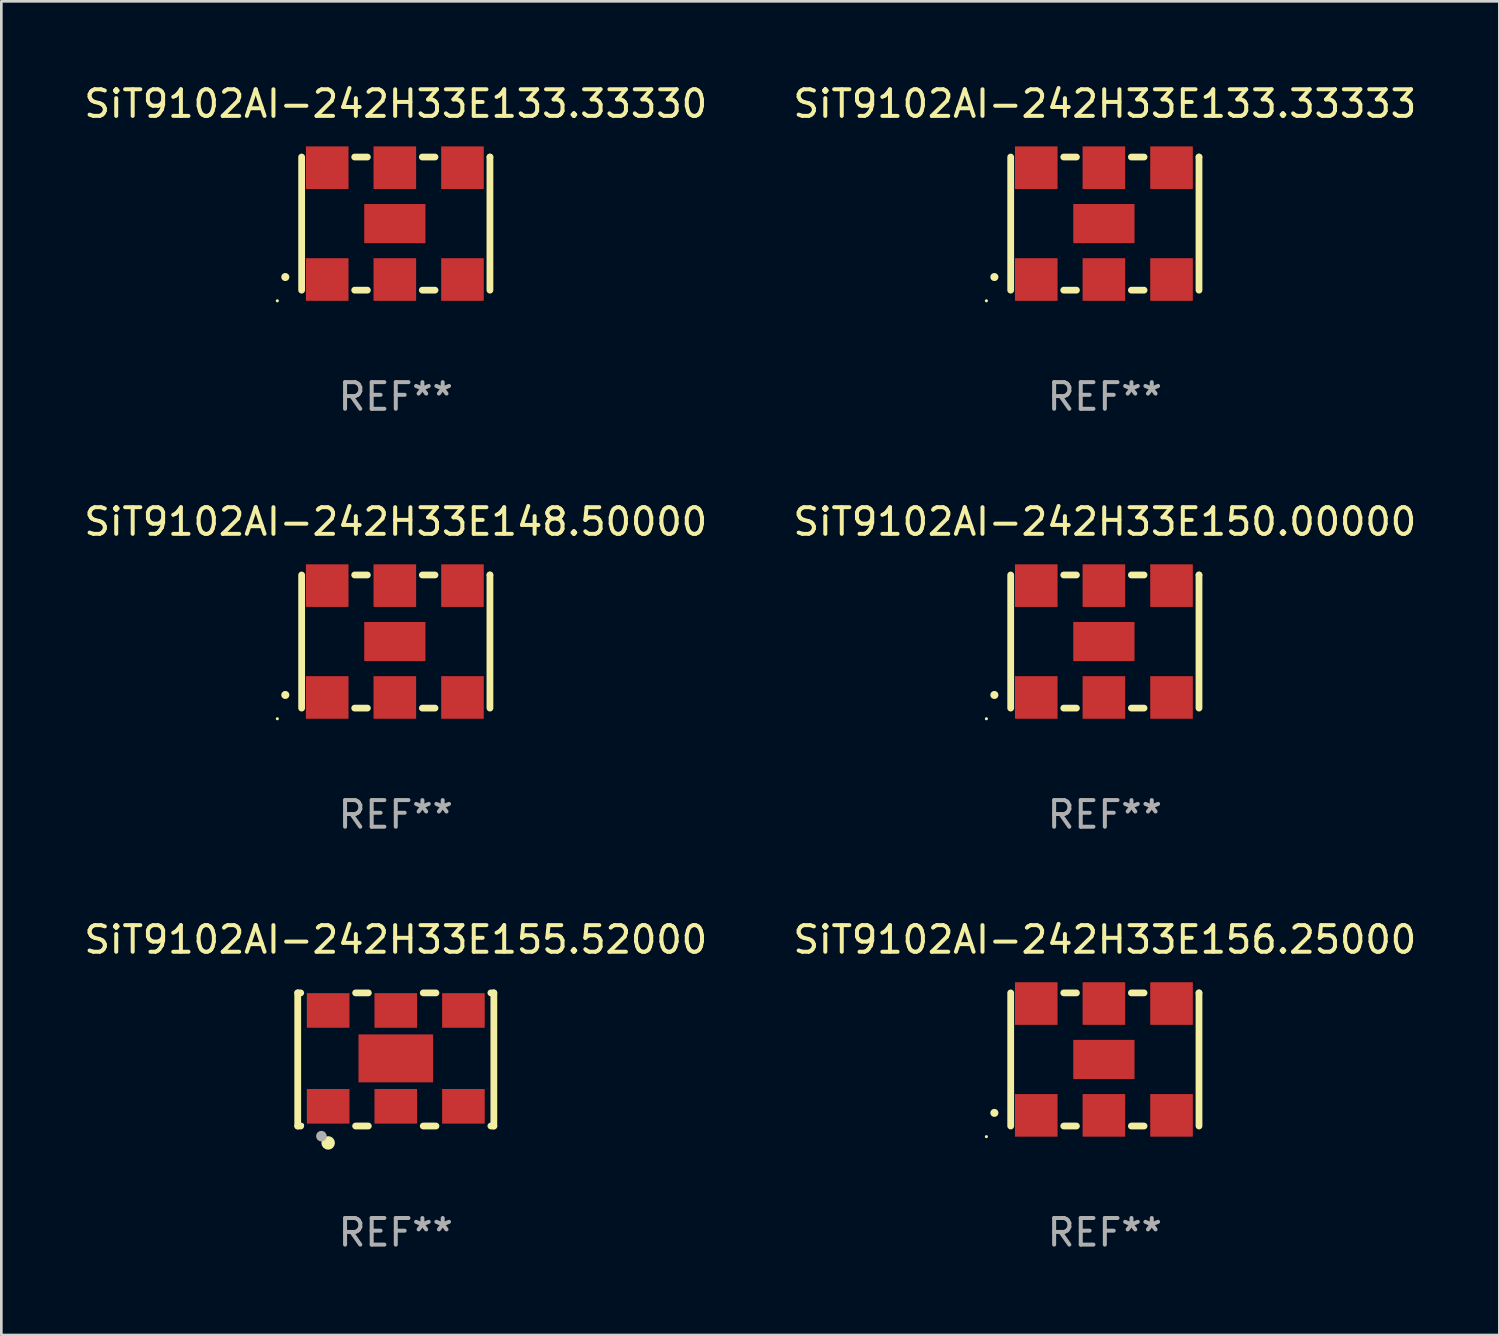
<source format=kicad_pcb>
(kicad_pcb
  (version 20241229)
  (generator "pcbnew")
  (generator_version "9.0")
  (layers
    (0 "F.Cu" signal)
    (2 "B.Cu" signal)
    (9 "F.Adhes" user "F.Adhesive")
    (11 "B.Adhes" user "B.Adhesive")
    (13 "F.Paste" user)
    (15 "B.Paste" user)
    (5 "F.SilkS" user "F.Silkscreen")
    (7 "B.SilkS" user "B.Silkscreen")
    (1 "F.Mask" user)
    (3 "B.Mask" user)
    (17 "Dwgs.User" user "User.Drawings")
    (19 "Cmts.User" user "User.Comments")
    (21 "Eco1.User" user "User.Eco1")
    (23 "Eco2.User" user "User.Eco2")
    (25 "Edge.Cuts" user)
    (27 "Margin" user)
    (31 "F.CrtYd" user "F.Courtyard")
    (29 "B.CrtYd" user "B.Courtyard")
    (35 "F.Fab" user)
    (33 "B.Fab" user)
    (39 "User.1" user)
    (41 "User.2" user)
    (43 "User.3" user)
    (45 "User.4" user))
  (footprint "SiT9102AI-242H33E150.00000"
    (layer "F.Cu")
    (at 38.446 21.045)
    (property "Reference" "SiT9102AI-242H33E150.00000" (at 0 -4.5 0) (layer "F.SilkS") (effects (font (size 1 1) (thickness 0.15))))
    (attr through_hole)
    (fp_line (start -3.536 -2.5) (end -3.536 2.5) (stroke (width 0.254) (type solid)) (layer "F.SilkS"))
    (fp_line (start -1.544 2.5) (end -1.067 2.5) (stroke (width 0.254) (type solid)) (layer "F.SilkS"))
    (fp_line (start -1.067 -2.5) (end -1.544 -2.5) (stroke (width 0.254) (type solid)) (layer "F.SilkS"))
    (fp_line (start 0.996 2.5) (end 1.473 2.5) (stroke (width 0.254) (type solid)) (layer "F.SilkS"))
    (fp_line (start 1.473 -2.5) (end 0.996 -2.5) (stroke (width 0.254) (type solid)) (layer "F.SilkS"))
    (fp_line (start 3.536 -2.5) (end 3.536 -2.5) (stroke (width 0.254) (type solid)) (layer "F.SilkS"))
    (fp_line (start 3.536 2.5) (end 3.536 -2.5) (stroke (width 0.254) (type solid)) (layer "F.SilkS"))
    (fp_arc (start -4.150432 2.006604) (mid -4.149162 2.006599) (end -4.147892 2.006604) (stroke (width 0.3) (type solid)) (layer "F.SilkS"))
    (fp_circle (center -4.449 2.9) (end -4.419 2.9) (stroke (width 0.06) (type solid)) (fill no) (layer "F.SilkS"))
    (fp_text user "REF**" (at 0 6.5 0) (layer "F.Fab") (effects (font (size 1 1) (thickness 0.15))))
    (pad "1" smd rect (at -2.576 2.1) (size 1.6 1.6) (layers "F.Cu" "F.Mask" "F.Paste"))
    (pad "2" smd rect (at -0.036 2.1) (size 1.6 1.6) (layers "F.Cu" "F.Mask" "F.Paste"))
    (pad "3" smd rect (at 2.504 2.1) (size 1.6 1.6) (layers "F.Cu" "F.Mask" "F.Paste"))
    (pad "4" smd rect (at 2.504 -2.1) (size 1.6 1.6) (layers "F.Cu" "F.Mask" "F.Paste"))
    (pad "5" smd rect (at -0.036 -2.1) (size 1.6 1.6) (layers "F.Cu" "F.Mask" "F.Paste"))
    (pad "6" smd rect (at -2.576 -2.1) (size 1.6 1.6) (layers "F.Cu" "F.Mask" "F.Paste"))
    (pad "7" smd rect (at -0.036 0) (size 2.3 1.47) (layers "F.Cu" "F.Mask" "F.Paste")))
  (footprint "SiT9102AI-242H33E155.52000"
    (layer "F.Cu")
    (at 11.815 36.741)
    (property "Reference" "SiT9102AI-242H33E155.52000" (at 0 -4.5 0) (layer "F.SilkS") (effects (font (size 1 1) (thickness 0.15))))
    (attr through_hole)
    (fp_line (start -3.683 -2.5) (end -3.571 -2.5) (stroke (width 0.254) (type solid)) (layer "F.SilkS"))
    (fp_line (start -3.683 2.5) (end -3.683 -2.5) (stroke (width 0.254) (type solid)) (layer "F.SilkS"))
    (fp_line (start -3.683 2.5) (end -3.571 2.5) (stroke (width 0.254) (type solid)) (layer "F.SilkS"))
    (fp_line (start -1.509 -2.5) (end -1.031 -2.5) (stroke (width 0.254) (type solid)) (layer "F.SilkS"))
    (fp_line (start -1.509 2.5) (end -1.031 2.5) (stroke (width 0.254) (type solid)) (layer "F.SilkS"))
    (fp_line (start 1.031 -2.5) (end 1.509 -2.5) (stroke (width 0.254) (type solid)) (layer "F.SilkS"))
    (fp_line (start 1.031 2.5) (end 1.509 2.5) (stroke (width 0.254) (type solid)) (layer "F.SilkS"))
    (fp_line (start 3.571 -2.5) (end 3.683 -2.5) (stroke (width 0.254) (type solid)) (layer "F.SilkS"))
    (fp_line (start 3.571 2.5) (end 3.683 2.5) (stroke (width 0.254) (type solid)) (layer "F.SilkS"))
    (fp_line (start 3.683 2.5) (end 3.683 -2.5) (stroke (width 0.254) (type solid)) (layer "F.SilkS"))
    (fp_circle (center -3.5 2.46) (end -3.47 2.46) (stroke (width 0.06) (type solid)) (fill no) (layer "F.SilkS"))
    (fp_circle (center -2.54 3.135) (end -2.413 3.135) (stroke (width 0.254) (type solid)) (fill no) (layer "F.SilkS"))
    (fp_circle (center -2.794 2.881) (end -2.694 2.881) (stroke (width 0.2) (type solid)) (fill no) (layer "F.Fab"))
    (fp_text user "REF**" (at 0 6.5 0) (layer "F.Fab") (effects (font (size 1 1) (thickness 0.15))))
    (pad "1" smd rect (at -2.54 1.76) (size 1.6 1.3) (layers "F.Cu" "F.Mask" "F.Paste"))
    (pad "2" smd rect (at 0 1.76) (size 1.6 1.3) (layers "F.Cu" "F.Mask" "F.Paste"))
    (pad "3" smd rect (at 2.54 1.76) (size 1.6 1.3) (layers "F.Cu" "F.Mask" "F.Paste"))
    (pad "4" smd rect (at 2.54 -1.84) (size 1.6 1.3) (layers "F.Cu" "F.Mask" "F.Paste"))
    (pad "5" smd rect (at 0 -1.84) (size 1.6 1.3) (layers "F.Cu" "F.Mask" "F.Paste"))
    (pad "6" smd rect (at -2.54 -1.84) (size 1.6 1.3) (layers "F.Cu" "F.Mask" "F.Paste"))
    (pad "7" smd rect (at 0 -0.04) (size 2.8 1.8) (layers "F.Cu" "F.Mask" "F.Paste")))
  (footprint "SiT9102AI-242H33E133.33333"
    (layer "F.Cu")
    (at 38.446 5.348)
    (property "Reference" "SiT9102AI-242H33E133.33333" (at 0 -4.5 0) (layer "F.SilkS") (effects (font (size 1 1) (thickness 0.15))))
    (attr through_hole)
    (fp_line (start -3.536 -2.5) (end -3.536 2.5) (stroke (width 0.254) (type solid)) (layer "F.SilkS"))
    (fp_line (start -1.544 2.5) (end -1.067 2.5) (stroke (width 0.254) (type solid)) (layer "F.SilkS"))
    (fp_line (start -1.067 -2.5) (end -1.544 -2.5) (stroke (width 0.254) (type solid)) (layer "F.SilkS"))
    (fp_line (start 0.996 2.5) (end 1.473 2.5) (stroke (width 0.254) (type solid)) (layer "F.SilkS"))
    (fp_line (start 1.473 -2.5) (end 0.996 -2.5) (stroke (width 0.254) (type solid)) (layer "F.SilkS"))
    (fp_line (start 3.536 -2.5) (end 3.536 -2.5) (stroke (width 0.254) (type solid)) (layer "F.SilkS"))
    (fp_line (start 3.536 2.5) (end 3.536 -2.5) (stroke (width 0.254) (type solid)) (layer "F.SilkS"))
    (fp_arc (start -4.150432 2.006604) (mid -4.149162 2.006599) (end -4.147892 2.006604) (stroke (width 0.3) (type solid)) (layer "F.SilkS"))
    (fp_circle (center -4.449 2.9) (end -4.419 2.9) (stroke (width 0.06) (type solid)) (fill no) (layer "F.SilkS"))
    (fp_text user "REF**" (at 0 6.5 0) (layer "F.Fab") (effects (font (size 1 1) (thickness 0.15))))
    (pad "1" smd rect (at -2.576 2.1) (size 1.6 1.6) (layers "F.Cu" "F.Mask" "F.Paste"))
    (pad "2" smd rect (at -0.036 2.1) (size 1.6 1.6) (layers "F.Cu" "F.Mask" "F.Paste"))
    (pad "3" smd rect (at 2.504 2.1) (size 1.6 1.6) (layers "F.Cu" "F.Mask" "F.Paste"))
    (pad "4" smd rect (at 2.504 -2.1) (size 1.6 1.6) (layers "F.Cu" "F.Mask" "F.Paste"))
    (pad "5" smd rect (at -0.036 -2.1) (size 1.6 1.6) (layers "F.Cu" "F.Mask" "F.Paste"))
    (pad "6" smd rect (at -2.576 -2.1) (size 1.6 1.6) (layers "F.Cu" "F.Mask" "F.Paste"))
    (pad "7" smd rect (at -0.036 0) (size 2.3 1.47) (layers "F.Cu" "F.Mask" "F.Paste")))
  (footprint "SiT9102AI-242H33E133.33330"
    (layer "F.Cu")
    (at 11.815 5.348)
    (property "Reference" "SiT9102AI-242H33E133.33330" (at 0 -4.5 0) (layer "F.SilkS") (effects (font (size 1 1) (thickness 0.15))))
    (attr through_hole)
    (fp_line (start -3.536 -2.5) (end -3.536 2.5) (stroke (width 0.254) (type solid)) (layer "F.SilkS"))
    (fp_line (start -1.544 2.5) (end -1.067 2.5) (stroke (width 0.254) (type solid)) (layer "F.SilkS"))
    (fp_line (start -1.067 -2.5) (end -1.544 -2.5) (stroke (width 0.254) (type solid)) (layer "F.SilkS"))
    (fp_line (start 0.996 2.5) (end 1.473 2.5) (stroke (width 0.254) (type solid)) (layer "F.SilkS"))
    (fp_line (start 1.473 -2.5) (end 0.996 -2.5) (stroke (width 0.254) (type solid)) (layer "F.SilkS"))
    (fp_line (start 3.536 -2.5) (end 3.536 -2.5) (stroke (width 0.254) (type solid)) (layer "F.SilkS"))
    (fp_line (start 3.536 2.5) (end 3.536 -2.5) (stroke (width 0.254) (type solid)) (layer "F.SilkS"))
    (fp_arc (start -4.150432 2.006604) (mid -4.149162 2.006599) (end -4.147892 2.006604) (stroke (width 0.3) (type solid)) (layer "F.SilkS"))
    (fp_circle (center -4.449 2.9) (end -4.419 2.9) (stroke (width 0.06) (type solid)) (fill no) (layer "F.SilkS"))
    (fp_text user "REF**" (at 0 6.5 0) (layer "F.Fab") (effects (font (size 1 1) (thickness 0.15))))
    (pad "1" smd rect (at -2.576 2.1) (size 1.6 1.6) (layers "F.Cu" "F.Mask" "F.Paste"))
    (pad "2" smd rect (at -0.036 2.1) (size 1.6 1.6) (layers "F.Cu" "F.Mask" "F.Paste"))
    (pad "3" smd rect (at 2.504 2.1) (size 1.6 1.6) (layers "F.Cu" "F.Mask" "F.Paste"))
    (pad "4" smd rect (at 2.504 -2.1) (size 1.6 1.6) (layers "F.Cu" "F.Mask" "F.Paste"))
    (pad "5" smd rect (at -0.036 -2.1) (size 1.6 1.6) (layers "F.Cu" "F.Mask" "F.Paste"))
    (pad "6" smd rect (at -2.576 -2.1) (size 1.6 1.6) (layers "F.Cu" "F.Mask" "F.Paste"))
    (pad "7" smd rect (at -0.036 0) (size 2.3 1.47) (layers "F.Cu" "F.Mask" "F.Paste")))
  (footprint "SiT9102AI-242H33E148.50000"
    (layer "F.Cu")
    (at 11.815 21.045)
    (property "Reference" "SiT9102AI-242H33E148.50000" (at 0 -4.5 0) (layer "F.SilkS") (effects (font (size 1 1) (thickness 0.15))))
    (attr through_hole)
    (fp_line (start -3.536 -2.5) (end -3.536 2.5) (stroke (width 0.254) (type solid)) (layer "F.SilkS"))
    (fp_line (start -1.544 2.5) (end -1.067 2.5) (stroke (width 0.254) (type solid)) (layer "F.SilkS"))
    (fp_line (start -1.067 -2.5) (end -1.544 -2.5) (stroke (width 0.254) (type solid)) (layer "F.SilkS"))
    (fp_line (start 0.996 2.5) (end 1.473 2.5) (stroke (width 0.254) (type solid)) (layer "F.SilkS"))
    (fp_line (start 1.473 -2.5) (end 0.996 -2.5) (stroke (width 0.254) (type solid)) (layer "F.SilkS"))
    (fp_line (start 3.536 -2.5) (end 3.536 -2.5) (stroke (width 0.254) (type solid)) (layer "F.SilkS"))
    (fp_line (start 3.536 2.5) (end 3.536 -2.5) (stroke (width 0.254) (type solid)) (layer "F.SilkS"))
    (fp_arc (start -4.150432 2.006604) (mid -4.149162 2.006599) (end -4.147892 2.006604) (stroke (width 0.3) (type solid)) (layer "F.SilkS"))
    (fp_circle (center -4.449 2.9) (end -4.419 2.9) (stroke (width 0.06) (type solid)) (fill no) (layer "F.SilkS"))
    (fp_text user "REF**" (at 0 6.5 0) (layer "F.Fab") (effects (font (size 1 1) (thickness 0.15))))
    (pad "1" smd rect (at -2.576 2.1) (size 1.6 1.6) (layers "F.Cu" "F.Mask" "F.Paste"))
    (pad "2" smd rect (at -0.036 2.1) (size 1.6 1.6) (layers "F.Cu" "F.Mask" "F.Paste"))
    (pad "3" smd rect (at 2.504 2.1) (size 1.6 1.6) (layers "F.Cu" "F.Mask" "F.Paste"))
    (pad "4" smd rect (at 2.504 -2.1) (size 1.6 1.6) (layers "F.Cu" "F.Mask" "F.Paste"))
    (pad "5" smd rect (at -0.036 -2.1) (size 1.6 1.6) (layers "F.Cu" "F.Mask" "F.Paste"))
    (pad "6" smd rect (at -2.576 -2.1) (size 1.6 1.6) (layers "F.Cu" "F.Mask" "F.Paste"))
    (pad "7" smd rect (at -0.036 0) (size 2.3 1.47) (layers "F.Cu" "F.Mask" "F.Paste")))
  (footprint "SiT9102AI-242H33E156.25000"
    (layer "F.Cu")
    (at 38.446 36.741)
    (property "Reference" "SiT9102AI-242H33E156.25000" (at 0 -4.5 0) (layer "F.SilkS") (effects (font (size 1 1) (thickness 0.15))))
    (attr through_hole)
    (fp_line (start -3.536 -2.5) (end -3.536 2.5) (stroke (width 0.254) (type solid)) (layer "F.SilkS"))
    (fp_line (start -1.544 2.5) (end -1.067 2.5) (stroke (width 0.254) (type solid)) (layer "F.SilkS"))
    (fp_line (start -1.067 -2.5) (end -1.544 -2.5) (stroke (width 0.254) (type solid)) (layer "F.SilkS"))
    (fp_line (start 0.996 2.5) (end 1.473 2.5) (stroke (width 0.254) (type solid)) (layer "F.SilkS"))
    (fp_line (start 1.473 -2.5) (end 0.996 -2.5) (stroke (width 0.254) (type solid)) (layer "F.SilkS"))
    (fp_line (start 3.536 -2.5) (end 3.536 -2.5) (stroke (width 0.254) (type solid)) (layer "F.SilkS"))
    (fp_line (start 3.536 2.5) (end 3.536 -2.5) (stroke (width 0.254) (type solid)) (layer "F.SilkS"))
    (fp_arc (start -4.150432 2.006604) (mid -4.149162 2.006599) (end -4.147892 2.006604) (stroke (width 0.3) (type solid)) (layer "F.SilkS"))
    (fp_circle (center -4.449 2.9) (end -4.419 2.9) (stroke (width 0.06) (type solid)) (fill no) (layer "F.SilkS"))
    (fp_text user "REF**" (at 0 6.5 0) (layer "F.Fab") (effects (font (size 1 1) (thickness 0.15))))
    (pad "1" smd rect (at -2.576 2.1) (size 1.6 1.6) (layers "F.Cu" "F.Mask" "F.Paste"))
    (pad "2" smd rect (at -0.036 2.1) (size 1.6 1.6) (layers "F.Cu" "F.Mask" "F.Paste"))
    (pad "3" smd rect (at 2.504 2.1) (size 1.6 1.6) (layers "F.Cu" "F.Mask" "F.Paste"))
    (pad "4" smd rect (at 2.504 -2.1) (size 1.6 1.6) (layers "F.Cu" "F.Mask" "F.Paste"))
    (pad "5" smd rect (at -0.036 -2.1) (size 1.6 1.6) (layers "F.Cu" "F.Mask" "F.Paste"))
    (pad "6" smd rect (at -2.576 -2.1) (size 1.6 1.6) (layers "F.Cu" "F.Mask" "F.Paste"))
    (pad "7" smd rect (at -0.036 0) (size 2.3 1.47) (layers "F.Cu" "F.Mask" "F.Paste")))
  (gr_rect
    (start -3 -3)
    (end 53.262 47.09)
    (stroke (width 0.1) (type default))
    (fill no)
    (layer "Edge.Cuts")))
</source>
